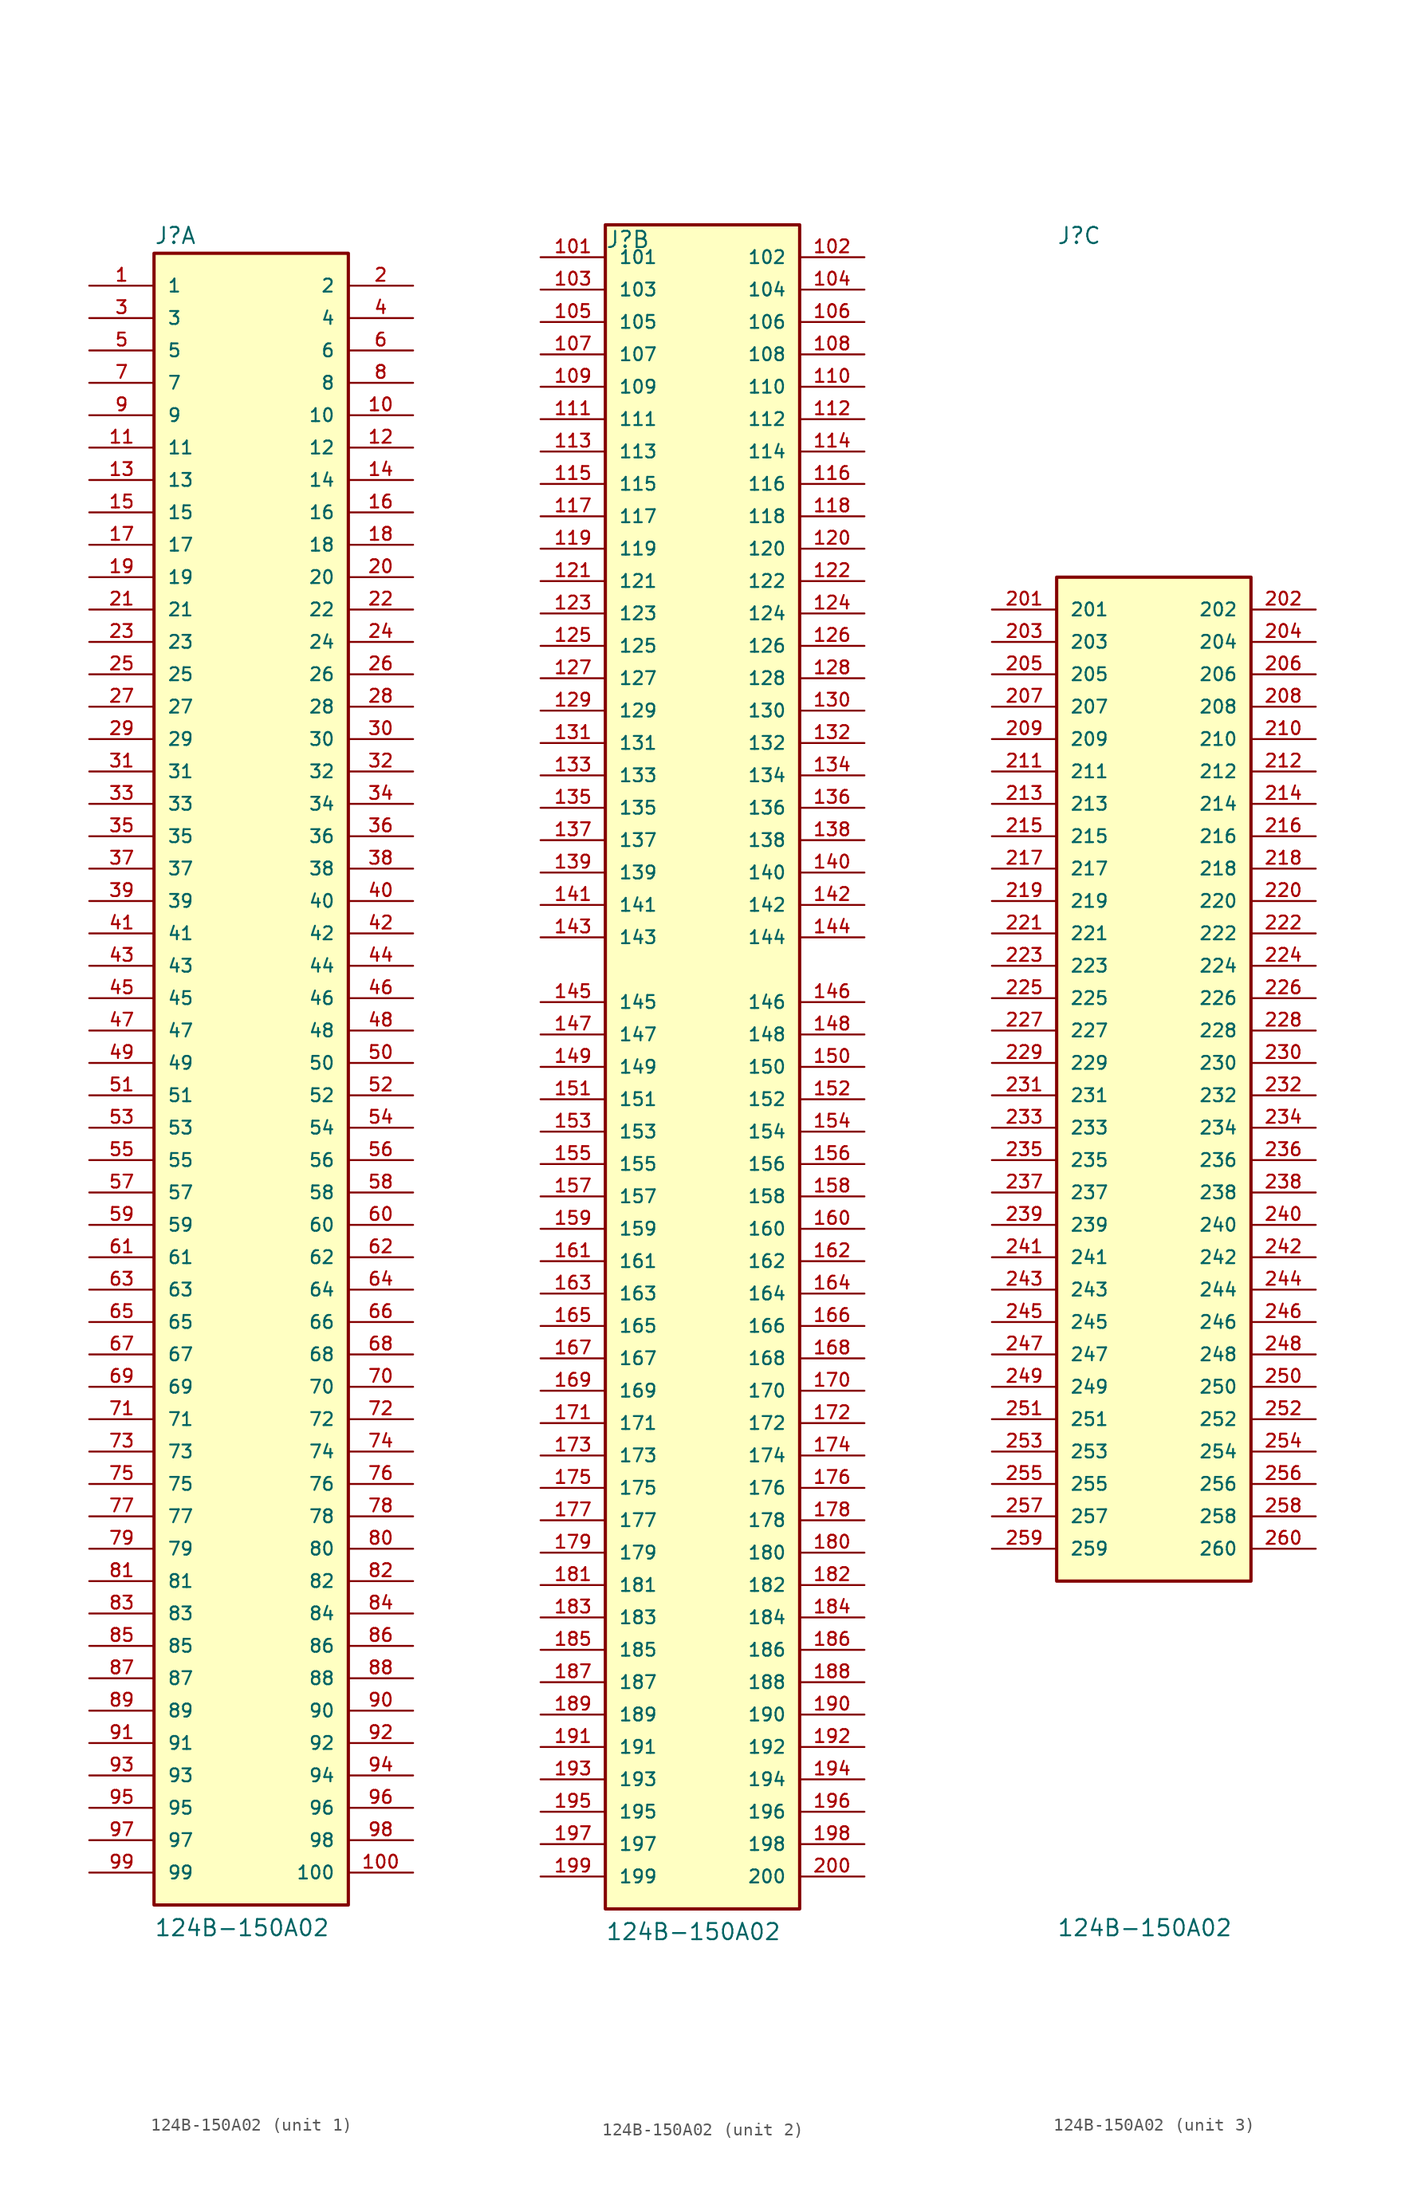
<source format=kicad_sym>
(kicad_symbol_lib
  (version 20211014)
  (generator kicad_symbol_editor)
  (symbol "124B-150A02"
    (pin_names
      (offset 1.016))
    (property "Reference" "J"
      (at -7.62 64.135 0)
      (effects (font (size 1.27 1.27)) (justify bottom left)))
    (property "Value" "124B-150A02"
      (at -7.62 -68.58 0)
      (effects (font (size 1.27 1.27)) (justify bottom left)))
    (symbol "124B-150A02_1_0"
      (rectangle (start -7.62 -66.04) (end 7.62 63.5) (stroke (width 0.254)) (fill (type background)))
      (pin passive line (at -12.7 60.96 0) (length 5.08) (name "1" (effects (font (size 1.016 1.016)))) (number "1" (effects (font (size 1.016 1.016)))))
      (pin passive line (at 12.7 60.96 180.0) (length 5.08) (name "2" (effects (font (size 1.016 1.016)))) (number "2" (effects (font (size 1.016 1.016)))))
      (pin passive line (at -12.7 58.42 0) (length 5.08) (name "3" (effects (font (size 1.016 1.016)))) (number "3" (effects (font (size 1.016 1.016)))))
      (pin passive line (at 12.7 58.42 180.0) (length 5.08) (name "4" (effects (font (size 1.016 1.016)))) (number "4" (effects (font (size 1.016 1.016)))))
      (pin passive line (at -12.7 55.88 0) (length 5.08) (name "5" (effects (font (size 1.016 1.016)))) (number "5" (effects (font (size 1.016 1.016)))))
      (pin passive line (at 12.7 55.88 180.0) (length 5.08) (name "6" (effects (font (size 1.016 1.016)))) (number "6" (effects (font (size 1.016 1.016)))))
      (pin passive line (at -12.7 53.34 0) (length 5.08) (name "7" (effects (font (size 1.016 1.016)))) (number "7" (effects (font (size 1.016 1.016)))))
      (pin passive line (at 12.7 53.34 180.0) (length 5.08) (name "8" (effects (font (size 1.016 1.016)))) (number "8" (effects (font (size 1.016 1.016)))))
      (pin passive line (at -12.7 50.8 0) (length 5.08) (name "9" (effects (font (size 1.016 1.016)))) (number "9" (effects (font (size 1.016 1.016)))))
      (pin passive line (at 12.7 50.8 180.0) (length 5.08) (name "10" (effects (font (size 1.016 1.016)))) (number "10" (effects (font (size 1.016 1.016)))))
      (pin passive line (at -12.7 48.26 0) (length 5.08) (name "11" (effects (font (size 1.016 1.016)))) (number "11" (effects (font (size 1.016 1.016)))))
      (pin passive line (at 12.7 48.26 180.0) (length 5.08) (name "12" (effects (font (size 1.016 1.016)))) (number "12" (effects (font (size 1.016 1.016)))))
      (pin passive line (at -12.7 45.72 0) (length 5.08) (name "13" (effects (font (size 1.016 1.016)))) (number "13" (effects (font (size 1.016 1.016)))))
      (pin passive line (at 12.7 45.72 180.0) (length 5.08) (name "14" (effects (font (size 1.016 1.016)))) (number "14" (effects (font (size 1.016 1.016)))))
      (pin passive line (at -12.7 43.18 0) (length 5.08) (name "15" (effects (font (size 1.016 1.016)))) (number "15" (effects (font (size 1.016 1.016)))))
      (pin passive line (at 12.7 43.18 180.0) (length 5.08) (name "16" (effects (font (size 1.016 1.016)))) (number "16" (effects (font (size 1.016 1.016)))))
      (pin passive line (at -12.7 40.64 0) (length 5.08) (name "17" (effects (font (size 1.016 1.016)))) (number "17" (effects (font (size 1.016 1.016)))))
      (pin passive line (at 12.7 40.64 180.0) (length 5.08) (name "18" (effects (font (size 1.016 1.016)))) (number "18" (effects (font (size 1.016 1.016)))))
      (pin passive line (at -12.7 38.1 0) (length 5.08) (name "19" (effects (font (size 1.016 1.016)))) (number "19" (effects (font (size 1.016 1.016)))))
      (pin passive line (at 12.7 38.1 180.0) (length 5.08) (name "20" (effects (font (size 1.016 1.016)))) (number "20" (effects (font (size 1.016 1.016)))))
      (pin passive line (at -12.7 35.56 0) (length 5.08) (name "21" (effects (font (size 1.016 1.016)))) (number "21" (effects (font (size 1.016 1.016)))))
      (pin passive line (at 12.7 35.56 180.0) (length 5.08) (name "22" (effects (font (size 1.016 1.016)))) (number "22" (effects (font (size 1.016 1.016)))))
      (pin passive line (at -12.7 33.02 0) (length 5.08) (name "23" (effects (font (size 1.016 1.016)))) (number "23" (effects (font (size 1.016 1.016)))))
      (pin passive line (at 12.7 33.02 180.0) (length 5.08) (name "24" (effects (font (size 1.016 1.016)))) (number "24" (effects (font (size 1.016 1.016)))))
      (pin passive line (at -12.7 30.48 0) (length 5.08) (name "25" (effects (font (size 1.016 1.016)))) (number "25" (effects (font (size 1.016 1.016)))))
      (pin passive line (at 12.7 30.48 180.0) (length 5.08) (name "26" (effects (font (size 1.016 1.016)))) (number "26" (effects (font (size 1.016 1.016)))))
      (pin passive line (at -12.7 27.94 0) (length 5.08) (name "27" (effects (font (size 1.016 1.016)))) (number "27" (effects (font (size 1.016 1.016)))))
      (pin passive line (at 12.7 27.94 180.0) (length 5.08) (name "28" (effects (font (size 1.016 1.016)))) (number "28" (effects (font (size 1.016 1.016)))))
      (pin passive line (at -12.7 25.4 0) (length 5.08) (name "29" (effects (font (size 1.016 1.016)))) (number "29" (effects (font (size 1.016 1.016)))))
      (pin passive line (at 12.7 25.4 180.0) (length 5.08) (name "30" (effects (font (size 1.016 1.016)))) (number "30" (effects (font (size 1.016 1.016)))))
      (pin passive line (at -12.7 22.86 0) (length 5.08) (name "31" (effects (font (size 1.016 1.016)))) (number "31" (effects (font (size 1.016 1.016)))))
      (pin passive line (at 12.7 22.86 180.0) (length 5.08) (name "32" (effects (font (size 1.016 1.016)))) (number "32" (effects (font (size 1.016 1.016)))))
      (pin passive line (at -12.7 20.32 0) (length 5.08) (name "33" (effects (font (size 1.016 1.016)))) (number "33" (effects (font (size 1.016 1.016)))))
      (pin passive line (at 12.7 20.32 180.0) (length 5.08) (name "34" (effects (font (size 1.016 1.016)))) (number "34" (effects (font (size 1.016 1.016)))))
      (pin passive line (at -12.7 17.78 0) (length 5.08) (name "35" (effects (font (size 1.016 1.016)))) (number "35" (effects (font (size 1.016 1.016)))))
      (pin passive line (at 12.7 17.78 180.0) (length 5.08) (name "36" (effects (font (size 1.016 1.016)))) (number "36" (effects (font (size 1.016 1.016)))))
      (pin passive line (at -12.7 15.24 0) (length 5.08) (name "37" (effects (font (size 1.016 1.016)))) (number "37" (effects (font (size 1.016 1.016)))))
      (pin passive line (at 12.7 15.24 180.0) (length 5.08) (name "38" (effects (font (size 1.016 1.016)))) (number "38" (effects (font (size 1.016 1.016)))))
      (pin passive line (at -12.7 12.7 0) (length 5.08) (name "39" (effects (font (size 1.016 1.016)))) (number "39" (effects (font (size 1.016 1.016)))))
      (pin passive line (at 12.7 12.7 180.0) (length 5.08) (name "40" (effects (font (size 1.016 1.016)))) (number "40" (effects (font (size 1.016 1.016)))))
      (pin passive line (at -12.7 10.16 0) (length 5.08) (name "41" (effects (font (size 1.016 1.016)))) (number "41" (effects (font (size 1.016 1.016)))))
      (pin passive line (at 12.7 10.16 180.0) (length 5.08) (name "42" (effects (font (size 1.016 1.016)))) (number "42" (effects (font (size 1.016 1.016)))))
      (pin passive line (at -12.7 7.62 0) (length 5.08) (name "43" (effects (font (size 1.016 1.016)))) (number "43" (effects (font (size 1.016 1.016)))))
      (pin passive line (at 12.7 7.62 180.0) (length 5.08) (name "44" (effects (font (size 1.016 1.016)))) (number "44" (effects (font (size 1.016 1.016)))))
      (pin passive line (at -12.7 5.08 0) (length 5.08) (name "45" (effects (font (size 1.016 1.016)))) (number "45" (effects (font (size 1.016 1.016)))))
      (pin passive line (at 12.7 5.08 180.0) (length 5.08) (name "46" (effects (font (size 1.016 1.016)))) (number "46" (effects (font (size 1.016 1.016)))))
      (pin passive line (at -12.7 2.54 0) (length 5.08) (name "47" (effects (font (size 1.016 1.016)))) (number "47" (effects (font (size 1.016 1.016)))))
      (pin passive line (at 12.7 2.54 180.0) (length 5.08) (name "48" (effects (font (size 1.016 1.016)))) (number "48" (effects (font (size 1.016 1.016)))))
      (pin passive line (at -12.7 0.0 0) (length 5.08) (name "49" (effects (font (size 1.016 1.016)))) (number "49" (effects (font (size 1.016 1.016)))))
      (pin passive line (at 12.7 0.0 180.0) (length 5.08) (name "50" (effects (font (size 1.016 1.016)))) (number "50" (effects (font (size 1.016 1.016)))))
      (pin passive line (at -12.7 -2.54 0) (length 5.08) (name "51" (effects (font (size 1.016 1.016)))) (number "51" (effects (font (size 1.016 1.016)))))
      (pin passive line (at 12.7 -2.54 180.0) (length 5.08) (name "52" (effects (font (size 1.016 1.016)))) (number "52" (effects (font (size 1.016 1.016)))))
      (pin passive line (at -12.7 -5.08 0) (length 5.08) (name "53" (effects (font (size 1.016 1.016)))) (number "53" (effects (font (size 1.016 1.016)))))
      (pin passive line (at 12.7 -5.08 180.0) (length 5.08) (name "54" (effects (font (size 1.016 1.016)))) (number "54" (effects (font (size 1.016 1.016)))))
      (pin passive line (at -12.7 -7.62 0) (length 5.08) (name "55" (effects (font (size 1.016 1.016)))) (number "55" (effects (font (size 1.016 1.016)))))
      (pin passive line (at 12.7 -7.62 180.0) (length 5.08) (name "56" (effects (font (size 1.016 1.016)))) (number "56" (effects (font (size 1.016 1.016)))))
      (pin passive line (at -12.7 -10.16 0) (length 5.08) (name "57" (effects (font (size 1.016 1.016)))) (number "57" (effects (font (size 1.016 1.016)))))
      (pin passive line (at 12.7 -10.16 180.0) (length 5.08) (name "58" (effects (font (size 1.016 1.016)))) (number "58" (effects (font (size 1.016 1.016)))))
      (pin passive line (at -12.7 -12.7 0) (length 5.08) (name "59" (effects (font (size 1.016 1.016)))) (number "59" (effects (font (size 1.016 1.016)))))
      (pin passive line (at 12.7 -12.7 180.0) (length 5.08) (name "60" (effects (font (size 1.016 1.016)))) (number "60" (effects (font (size 1.016 1.016)))))
      (pin passive line (at -12.7 -15.24 0) (length 5.08) (name "61" (effects (font (size 1.016 1.016)))) (number "61" (effects (font (size 1.016 1.016)))))
      (pin passive line (at 12.7 -15.24 180.0) (length 5.08) (name "62" (effects (font (size 1.016 1.016)))) (number "62" (effects (font (size 1.016 1.016)))))
      (pin passive line (at -12.7 -17.78 0) (length 5.08) (name "63" (effects (font (size 1.016 1.016)))) (number "63" (effects (font (size 1.016 1.016)))))
      (pin passive line (at 12.7 -17.78 180.0) (length 5.08) (name "64" (effects (font (size 1.016 1.016)))) (number "64" (effects (font (size 1.016 1.016)))))
      (pin passive line (at -12.7 -20.32 0) (length 5.08) (name "65" (effects (font (size 1.016 1.016)))) (number "65" (effects (font (size 1.016 1.016)))))
      (pin passive line (at 12.7 -20.32 180.0) (length 5.08) (name "66" (effects (font (size 1.016 1.016)))) (number "66" (effects (font (size 1.016 1.016)))))
      (pin passive line (at -12.7 -22.86 0) (length 5.08) (name "67" (effects (font (size 1.016 1.016)))) (number "67" (effects (font (size 1.016 1.016)))))
      (pin passive line (at 12.7 -22.86 180.0) (length 5.08) (name "68" (effects (font (size 1.016 1.016)))) (number "68" (effects (font (size 1.016 1.016)))))
      (pin passive line (at -12.7 -25.4 0) (length 5.08) (name "69" (effects (font (size 1.016 1.016)))) (number "69" (effects (font (size 1.016 1.016)))))
      (pin passive line (at 12.7 -25.4 180.0) (length 5.08) (name "70" (effects (font (size 1.016 1.016)))) (number "70" (effects (font (size 1.016 1.016)))))
      (pin passive line (at -12.7 -27.94 0) (length 5.08) (name "71" (effects (font (size 1.016 1.016)))) (number "71" (effects (font (size 1.016 1.016)))))
      (pin passive line (at 12.7 -27.94 180.0) (length 5.08) (name "72" (effects (font (size 1.016 1.016)))) (number "72" (effects (font (size 1.016 1.016)))))
      (pin passive line (at -12.7 -30.48 0) (length 5.08) (name "73" (effects (font (size 1.016 1.016)))) (number "73" (effects (font (size 1.016 1.016)))))
      (pin passive line (at 12.7 -30.48 180.0) (length 5.08) (name "74" (effects (font (size 1.016 1.016)))) (number "74" (effects (font (size 1.016 1.016)))))
      (pin passive line (at -12.7 -33.02 0) (length 5.08) (name "75" (effects (font (size 1.016 1.016)))) (number "75" (effects (font (size 1.016 1.016)))))
      (pin passive line (at 12.7 -33.02 180.0) (length 5.08) (name "76" (effects (font (size 1.016 1.016)))) (number "76" (effects (font (size 1.016 1.016)))))
      (pin passive line (at -12.7 -35.56 0) (length 5.08) (name "77" (effects (font (size 1.016 1.016)))) (number "77" (effects (font (size 1.016 1.016)))))
      (pin passive line (at 12.7 -35.56 180.0) (length 5.08) (name "78" (effects (font (size 1.016 1.016)))) (number "78" (effects (font (size 1.016 1.016)))))
      (pin passive line (at -12.7 -38.1 0) (length 5.08) (name "79" (effects (font (size 1.016 1.016)))) (number "79" (effects (font (size 1.016 1.016)))))
      (pin passive line (at 12.7 -38.1 180.0) (length 5.08) (name "80" (effects (font (size 1.016 1.016)))) (number "80" (effects (font (size 1.016 1.016)))))
      (pin passive line (at -12.7 -40.64 0) (length 5.08) (name "81" (effects (font (size 1.016 1.016)))) (number "81" (effects (font (size 1.016 1.016)))))
      (pin passive line (at 12.7 -40.64 180.0) (length 5.08) (name "82" (effects (font (size 1.016 1.016)))) (number "82" (effects (font (size 1.016 1.016)))))
      (pin passive line (at -12.7 -43.18 0) (length 5.08) (name "83" (effects (font (size 1.016 1.016)))) (number "83" (effects (font (size 1.016 1.016)))))
      (pin passive line (at 12.7 -43.18 180.0) (length 5.08) (name "84" (effects (font (size 1.016 1.016)))) (number "84" (effects (font (size 1.016 1.016)))))
      (pin passive line (at -12.7 -45.72 0) (length 5.08) (name "85" (effects (font (size 1.016 1.016)))) (number "85" (effects (font (size 1.016 1.016)))))
      (pin passive line (at 12.7 -45.72 180.0) (length 5.08) (name "86" (effects (font (size 1.016 1.016)))) (number "86" (effects (font (size 1.016 1.016)))))
      (pin passive line (at -12.7 -48.26 0) (length 5.08) (name "87" (effects (font (size 1.016 1.016)))) (number "87" (effects (font (size 1.016 1.016)))))
      (pin passive line (at 12.7 -48.26 180.0) (length 5.08) (name "88" (effects (font (size 1.016 1.016)))) (number "88" (effects (font (size 1.016 1.016)))))
      (pin passive line (at -12.7 -50.8 0) (length 5.08) (name "89" (effects (font (size 1.016 1.016)))) (number "89" (effects (font (size 1.016 1.016)))))
      (pin passive line (at 12.7 -50.8 180.0) (length 5.08) (name "90" (effects (font (size 1.016 1.016)))) (number "90" (effects (font (size 1.016 1.016)))))
      (pin passive line (at -12.7 -53.34 0) (length 5.08) (name "91" (effects (font (size 1.016 1.016)))) (number "91" (effects (font (size 1.016 1.016)))))
      (pin passive line (at 12.7 -53.34 180.0) (length 5.08) (name "92" (effects (font (size 1.016 1.016)))) (number "92" (effects (font (size 1.016 1.016)))))
      (pin passive line (at -12.7 -55.88 0) (length 5.08) (name "93" (effects (font (size 1.016 1.016)))) (number "93" (effects (font (size 1.016 1.016)))))
      (pin passive line (at 12.7 -55.88 180.0) (length 5.08) (name "94" (effects (font (size 1.016 1.016)))) (number "94" (effects (font (size 1.016 1.016)))))
      (pin passive line (at -12.7 -58.42 0) (length 5.08) (name "95" (effects (font (size 1.016 1.016)))) (number "95" (effects (font (size 1.016 1.016)))))
      (pin passive line (at 12.7 -58.42 180.0) (length 5.08) (name "96" (effects (font (size 1.016 1.016)))) (number "96" (effects (font (size 1.016 1.016)))))
      (pin passive line (at -12.7 -60.96 0) (length 5.08) (name "97" (effects (font (size 1.016 1.016)))) (number "97" (effects (font (size 1.016 1.016)))))
      (pin passive line (at 12.7 -60.96 180.0) (length 5.08) (name "98" (effects (font (size 1.016 1.016)))) (number "98" (effects (font (size 1.016 1.016)))))
      (pin passive line (at -12.7 -63.5 0) (length 5.08) (name "99" (effects (font (size 1.016 1.016)))) (number "99" (effects (font (size 1.016 1.016)))))
      (pin passive line (at 12.7 -63.5 180.0) (length 5.08) (name "100" (effects (font (size 1.016 1.016)))) (number "100" (effects (font (size 1.016 1.016))))))
    (symbol "124B-150A02_2_0"
      (rectangle (start -7.62 -66.04) (end 7.62 66.04) (stroke (width 0.254)) (fill (type background)))
      (pin passive line (at -12.7 63.5 0) (length 5.08) (name "101" (effects (font (size 1.016 1.016)))) (number "101" (effects (font (size 1.016 1.016)))))
      (pin passive line (at 12.7 63.5 180.0) (length 5.08) (name "102" (effects (font (size 1.016 1.016)))) (number "102" (effects (font (size 1.016 1.016)))))
      (pin passive line (at -12.7 60.96 0) (length 5.08) (name "103" (effects (font (size 1.016 1.016)))) (number "103" (effects (font (size 1.016 1.016)))))
      (pin passive line (at 12.7 60.96 180.0) (length 5.08) (name "104" (effects (font (size 1.016 1.016)))) (number "104" (effects (font (size 1.016 1.016)))))
      (pin passive line (at -12.7 58.42 0) (length 5.08) (name "105" (effects (font (size 1.016 1.016)))) (number "105" (effects (font (size 1.016 1.016)))))
      (pin passive line (at 12.7 58.42 180.0) (length 5.08) (name "106" (effects (font (size 1.016 1.016)))) (number "106" (effects (font (size 1.016 1.016)))))
      (pin passive line (at -12.7 55.88 0) (length 5.08) (name "107" (effects (font (size 1.016 1.016)))) (number "107" (effects (font (size 1.016 1.016)))))
      (pin passive line (at 12.7 55.88 180.0) (length 5.08) (name "108" (effects (font (size 1.016 1.016)))) (number "108" (effects (font (size 1.016 1.016)))))
      (pin passive line (at -12.7 53.34 0) (length 5.08) (name "109" (effects (font (size 1.016 1.016)))) (number "109" (effects (font (size 1.016 1.016)))))
      (pin passive line (at 12.7 53.34 180.0) (length 5.08) (name "110" (effects (font (size 1.016 1.016)))) (number "110" (effects (font (size 1.016 1.016)))))
      (pin passive line (at -12.7 50.8 0) (length 5.08) (name "111" (effects (font (size 1.016 1.016)))) (number "111" (effects (font (size 1.016 1.016)))))
      (pin passive line (at 12.7 50.8 180.0) (length 5.08) (name "112" (effects (font (size 1.016 1.016)))) (number "112" (effects (font (size 1.016 1.016)))))
      (pin passive line (at -12.7 48.26 0) (length 5.08) (name "113" (effects (font (size 1.016 1.016)))) (number "113" (effects (font (size 1.016 1.016)))))
      (pin passive line (at 12.7 48.26 180.0) (length 5.08) (name "114" (effects (font (size 1.016 1.016)))) (number "114" (effects (font (size 1.016 1.016)))))
      (pin passive line (at -12.7 45.72 0) (length 5.08) (name "115" (effects (font (size 1.016 1.016)))) (number "115" (effects (font (size 1.016 1.016)))))
      (pin passive line (at 12.7 45.72 180.0) (length 5.08) (name "116" (effects (font (size 1.016 1.016)))) (number "116" (effects (font (size 1.016 1.016)))))
      (pin passive line (at -12.7 43.18 0) (length 5.08) (name "117" (effects (font (size 1.016 1.016)))) (number "117" (effects (font (size 1.016 1.016)))))
      (pin passive line (at 12.7 43.18 180.0) (length 5.08) (name "118" (effects (font (size 1.016 1.016)))) (number "118" (effects (font (size 1.016 1.016)))))
      (pin passive line (at -12.7 40.64 0) (length 5.08) (name "119" (effects (font (size 1.016 1.016)))) (number "119" (effects (font (size 1.016 1.016)))))
      (pin passive line (at 12.7 40.64 180.0) (length 5.08) (name "120" (effects (font (size 1.016 1.016)))) (number "120" (effects (font (size 1.016 1.016)))))
      (pin passive line (at -12.7 38.1 0) (length 5.08) (name "121" (effects (font (size 1.016 1.016)))) (number "121" (effects (font (size 1.016 1.016)))))
      (pin passive line (at 12.7 38.1 180.0) (length 5.08) (name "122" (effects (font (size 1.016 1.016)))) (number "122" (effects (font (size 1.016 1.016)))))
      (pin passive line (at -12.7 35.56 0) (length 5.08) (name "123" (effects (font (size 1.016 1.016)))) (number "123" (effects (font (size 1.016 1.016)))))
      (pin passive line (at 12.7 35.56 180.0) (length 5.08) (name "124" (effects (font (size 1.016 1.016)))) (number "124" (effects (font (size 1.016 1.016)))))
      (pin passive line (at -12.7 33.02 0) (length 5.08) (name "125" (effects (font (size 1.016 1.016)))) (number "125" (effects (font (size 1.016 1.016)))))
      (pin passive line (at 12.7 33.02 180.0) (length 5.08) (name "126" (effects (font (size 1.016 1.016)))) (number "126" (effects (font (size 1.016 1.016)))))
      (pin passive line (at -12.7 30.48 0) (length 5.08) (name "127" (effects (font (size 1.016 1.016)))) (number "127" (effects (font (size 1.016 1.016)))))
      (pin passive line (at 12.7 30.48 180.0) (length 5.08) (name "128" (effects (font (size 1.016 1.016)))) (number "128" (effects (font (size 1.016 1.016)))))
      (pin passive line (at -12.7 27.94 0) (length 5.08) (name "129" (effects (font (size 1.016 1.016)))) (number "129" (effects (font (size 1.016 1.016)))))
      (pin passive line (at 12.7 27.94 180.0) (length 5.08) (name "130" (effects (font (size 1.016 1.016)))) (number "130" (effects (font (size 1.016 1.016)))))
      (pin passive line (at -12.7 25.4 0) (length 5.08) (name "131" (effects (font (size 1.016 1.016)))) (number "131" (effects (font (size 1.016 1.016)))))
      (pin passive line (at 12.7 25.4 180.0) (length 5.08) (name "132" (effects (font (size 1.016 1.016)))) (number "132" (effects (font (size 1.016 1.016)))))
      (pin passive line (at -12.7 22.86 0) (length 5.08) (name "133" (effects (font (size 1.016 1.016)))) (number "133" (effects (font (size 1.016 1.016)))))
      (pin passive line (at 12.7 22.86 180.0) (length 5.08) (name "134" (effects (font (size 1.016 1.016)))) (number "134" (effects (font (size 1.016 1.016)))))
      (pin passive line (at -12.7 20.32 0) (length 5.08) (name "135" (effects (font (size 1.016 1.016)))) (number "135" (effects (font (size 1.016 1.016)))))
      (pin passive line (at 12.7 20.32 180.0) (length 5.08) (name "136" (effects (font (size 1.016 1.016)))) (number "136" (effects (font (size 1.016 1.016)))))
      (pin passive line (at -12.7 17.78 0) (length 5.08) (name "137" (effects (font (size 1.016 1.016)))) (number "137" (effects (font (size 1.016 1.016)))))
      (pin passive line (at 12.7 17.78 180.0) (length 5.08) (name "138" (effects (font (size 1.016 1.016)))) (number "138" (effects (font (size 1.016 1.016)))))
      (pin passive line (at -12.7 15.24 0) (length 5.08) (name "139" (effects (font (size 1.016 1.016)))) (number "139" (effects (font (size 1.016 1.016)))))
      (pin passive line (at 12.7 15.24 180.0) (length 5.08) (name "140" (effects (font (size 1.016 1.016)))) (number "140" (effects (font (size 1.016 1.016)))))
      (pin passive line (at -12.7 12.7 0) (length 5.08) (name "141" (effects (font (size 1.016 1.016)))) (number "141" (effects (font (size 1.016 1.016)))))
      (pin passive line (at 12.7 12.7 180.0) (length 5.08) (name "142" (effects (font (size 1.016 1.016)))) (number "142" (effects (font (size 1.016 1.016)))))
      (pin passive line (at -12.7 10.16 0) (length 5.08) (name "143" (effects (font (size 1.016 1.016)))) (number "143" (effects (font (size 1.016 1.016)))))
      (pin passive line (at 12.7 10.16 180.0) (length 5.08) (name "144" (effects (font (size 1.016 1.016)))) (number "144" (effects (font (size 1.016 1.016)))))
      (pin passive line (at -12.7 5.08 0) (length 5.08) (name "145" (effects (font (size 1.016 1.016)))) (number "145" (effects (font (size 1.016 1.016)))))
      (pin passive line (at 12.7 5.08 180.0) (length 5.08) (name "146" (effects (font (size 1.016 1.016)))) (number "146" (effects (font (size 1.016 1.016)))))
      (pin passive line (at -12.7 2.54 0) (length 5.08) (name "147" (effects (font (size 1.016 1.016)))) (number "147" (effects (font (size 1.016 1.016)))))
      (pin passive line (at 12.7 2.54 180.0) (length 5.08) (name "148" (effects (font (size 1.016 1.016)))) (number "148" (effects (font (size 1.016 1.016)))))
      (pin passive line (at -12.7 0.0 0) (length 5.08) (name "149" (effects (font (size 1.016 1.016)))) (number "149" (effects (font (size 1.016 1.016)))))
      (pin passive line (at 12.7 0.0 180.0) (length 5.08) (name "150" (effects (font (size 1.016 1.016)))) (number "150" (effects (font (size 1.016 1.016)))))
      (pin passive line (at -12.7 -2.54 0) (length 5.08) (name "151" (effects (font (size 1.016 1.016)))) (number "151" (effects (font (size 1.016 1.016)))))
      (pin passive line (at 12.7 -2.54 180.0) (length 5.08) (name "152" (effects (font (size 1.016 1.016)))) (number "152" (effects (font (size 1.016 1.016)))))
      (pin passive line (at -12.7 -5.08 0) (length 5.08) (name "153" (effects (font (size 1.016 1.016)))) (number "153" (effects (font (size 1.016 1.016)))))
      (pin passive line (at 12.7 -5.08 180.0) (length 5.08) (name "154" (effects (font (size 1.016 1.016)))) (number "154" (effects (font (size 1.016 1.016)))))
      (pin passive line (at -12.7 -7.62 0) (length 5.08) (name "155" (effects (font (size 1.016 1.016)))) (number "155" (effects (font (size 1.016 1.016)))))
      (pin passive line (at 12.7 -7.62 180.0) (length 5.08) (name "156" (effects (font (size 1.016 1.016)))) (number "156" (effects (font (size 1.016 1.016)))))
      (pin passive line (at -12.7 -10.16 0) (length 5.08) (name "157" (effects (font (size 1.016 1.016)))) (number "157" (effects (font (size 1.016 1.016)))))
      (pin passive line (at 12.7 -10.16 180.0) (length 5.08) (name "158" (effects (font (size 1.016 1.016)))) (number "158" (effects (font (size 1.016 1.016)))))
      (pin passive line (at -12.7 -12.7 0) (length 5.08) (name "159" (effects (font (size 1.016 1.016)))) (number "159" (effects (font (size 1.016 1.016)))))
      (pin passive line (at 12.7 -12.7 180.0) (length 5.08) (name "160" (effects (font (size 1.016 1.016)))) (number "160" (effects (font (size 1.016 1.016)))))
      (pin passive line (at -12.7 -15.24 0) (length 5.08) (name "161" (effects (font (size 1.016 1.016)))) (number "161" (effects (font (size 1.016 1.016)))))
      (pin passive line (at 12.7 -15.24 180.0) (length 5.08) (name "162" (effects (font (size 1.016 1.016)))) (number "162" (effects (font (size 1.016 1.016)))))
      (pin passive line (at -12.7 -17.78 0) (length 5.08) (name "163" (effects (font (size 1.016 1.016)))) (number "163" (effects (font (size 1.016 1.016)))))
      (pin passive line (at 12.7 -17.78 180.0) (length 5.08) (name "164" (effects (font (size 1.016 1.016)))) (number "164" (effects (font (size 1.016 1.016)))))
      (pin passive line (at -12.7 -20.32 0) (length 5.08) (name "165" (effects (font (size 1.016 1.016)))) (number "165" (effects (font (size 1.016 1.016)))))
      (pin passive line (at 12.7 -20.32 180.0) (length 5.08) (name "166" (effects (font (size 1.016 1.016)))) (number "166" (effects (font (size 1.016 1.016)))))
      (pin passive line (at -12.7 -22.86 0) (length 5.08) (name "167" (effects (font (size 1.016 1.016)))) (number "167" (effects (font (size 1.016 1.016)))))
      (pin passive line (at 12.7 -22.86 180.0) (length 5.08) (name "168" (effects (font (size 1.016 1.016)))) (number "168" (effects (font (size 1.016 1.016)))))
      (pin passive line (at -12.7 -25.4 0) (length 5.08) (name "169" (effects (font (size 1.016 1.016)))) (number "169" (effects (font (size 1.016 1.016)))))
      (pin passive line (at 12.7 -25.4 180.0) (length 5.08) (name "170" (effects (font (size 1.016 1.016)))) (number "170" (effects (font (size 1.016 1.016)))))
      (pin passive line (at -12.7 -27.94 0) (length 5.08) (name "171" (effects (font (size 1.016 1.016)))) (number "171" (effects (font (size 1.016 1.016)))))
      (pin passive line (at 12.7 -27.94 180.0) (length 5.08) (name "172" (effects (font (size 1.016 1.016)))) (number "172" (effects (font (size 1.016 1.016)))))
      (pin passive line (at -12.7 -30.48 0) (length 5.08) (name "173" (effects (font (size 1.016 1.016)))) (number "173" (effects (font (size 1.016 1.016)))))
      (pin passive line (at 12.7 -30.48 180.0) (length 5.08) (name "174" (effects (font (size 1.016 1.016)))) (number "174" (effects (font (size 1.016 1.016)))))
      (pin passive line (at -12.7 -33.02 0) (length 5.08) (name "175" (effects (font (size 1.016 1.016)))) (number "175" (effects (font (size 1.016 1.016)))))
      (pin passive line (at 12.7 -33.02 180.0) (length 5.08) (name "176" (effects (font (size 1.016 1.016)))) (number "176" (effects (font (size 1.016 1.016)))))
      (pin passive line (at -12.7 -35.56 0) (length 5.08) (name "177" (effects (font (size 1.016 1.016)))) (number "177" (effects (font (size 1.016 1.016)))))
      (pin passive line (at 12.7 -35.56 180.0) (length 5.08) (name "178" (effects (font (size 1.016 1.016)))) (number "178" (effects (font (size 1.016 1.016)))))
      (pin passive line (at -12.7 -38.1 0) (length 5.08) (name "179" (effects (font (size 1.016 1.016)))) (number "179" (effects (font (size 1.016 1.016)))))
      (pin passive line (at 12.7 -38.1 180.0) (length 5.08) (name "180" (effects (font (size 1.016 1.016)))) (number "180" (effects (font (size 1.016 1.016)))))
      (pin passive line (at -12.7 -40.64 0) (length 5.08) (name "181" (effects (font (size 1.016 1.016)))) (number "181" (effects (font (size 1.016 1.016)))))
      (pin passive line (at 12.7 -40.64 180.0) (length 5.08) (name "182" (effects (font (size 1.016 1.016)))) (number "182" (effects (font (size 1.016 1.016)))))
      (pin passive line (at -12.7 -43.18 0) (length 5.08) (name "183" (effects (font (size 1.016 1.016)))) (number "183" (effects (font (size 1.016 1.016)))))
      (pin passive line (at 12.7 -43.18 180.0) (length 5.08) (name "184" (effects (font (size 1.016 1.016)))) (number "184" (effects (font (size 1.016 1.016)))))
      (pin passive line (at -12.7 -45.72 0) (length 5.08) (name "185" (effects (font (size 1.016 1.016)))) (number "185" (effects (font (size 1.016 1.016)))))
      (pin passive line (at 12.7 -45.72 180.0) (length 5.08) (name "186" (effects (font (size 1.016 1.016)))) (number "186" (effects (font (size 1.016 1.016)))))
      (pin passive line (at -12.7 -48.26 0) (length 5.08) (name "187" (effects (font (size 1.016 1.016)))) (number "187" (effects (font (size 1.016 1.016)))))
      (pin passive line (at 12.7 -48.26 180.0) (length 5.08) (name "188" (effects (font (size 1.016 1.016)))) (number "188" (effects (font (size 1.016 1.016)))))
      (pin passive line (at -12.7 -50.8 0) (length 5.08) (name "189" (effects (font (size 1.016 1.016)))) (number "189" (effects (font (size 1.016 1.016)))))
      (pin passive line (at 12.7 -50.8 180.0) (length 5.08) (name "190" (effects (font (size 1.016 1.016)))) (number "190" (effects (font (size 1.016 1.016)))))
      (pin passive line (at -12.7 -53.34 0) (length 5.08) (name "191" (effects (font (size 1.016 1.016)))) (number "191" (effects (font (size 1.016 1.016)))))
      (pin passive line (at 12.7 -53.34 180.0) (length 5.08) (name "192" (effects (font (size 1.016 1.016)))) (number "192" (effects (font (size 1.016 1.016)))))
      (pin passive line (at -12.7 -55.88 0) (length 5.08) (name "193" (effects (font (size 1.016 1.016)))) (number "193" (effects (font (size 1.016 1.016)))))
      (pin passive line (at 12.7 -55.88 180.0) (length 5.08) (name "194" (effects (font (size 1.016 1.016)))) (number "194" (effects (font (size 1.016 1.016)))))
      (pin passive line (at -12.7 -58.42 0) (length 5.08) (name "195" (effects (font (size 1.016 1.016)))) (number "195" (effects (font (size 1.016 1.016)))))
      (pin passive line (at 12.7 -58.42 180.0) (length 5.08) (name "196" (effects (font (size 1.016 1.016)))) (number "196" (effects (font (size 1.016 1.016)))))
      (pin passive line (at -12.7 -60.96 0) (length 5.08) (name "197" (effects (font (size 1.016 1.016)))) (number "197" (effects (font (size 1.016 1.016)))))
      (pin passive line (at 12.7 -60.96 180.0) (length 5.08) (name "198" (effects (font (size 1.016 1.016)))) (number "198" (effects (font (size 1.016 1.016)))))
      (pin passive line (at -12.7 -63.5 0) (length 5.08) (name "199" (effects (font (size 1.016 1.016)))) (number "199" (effects (font (size 1.016 1.016)))))
      (pin passive line (at 12.7 -63.5 180.0) (length 5.08) (name "200" (effects (font (size 1.016 1.016)))) (number "200" (effects (font (size 1.016 1.016))))))
    (symbol "124B-150A02_3_0"
      (rectangle (start -7.62 -40.64) (end 7.62 38.1) (stroke (width 0.254)) (fill (type background)))
      (pin passive line (at -12.7 35.56 0) (length 5.08) (name "201" (effects (font (size 1.016 1.016)))) (number "201" (effects (font (size 1.016 1.016)))))
      (pin passive line (at 12.7 35.56 180.0) (length 5.08) (name "202" (effects (font (size 1.016 1.016)))) (number "202" (effects (font (size 1.016 1.016)))))
      (pin passive line (at -12.7 33.02 0) (length 5.08) (name "203" (effects (font (size 1.016 1.016)))) (number "203" (effects (font (size 1.016 1.016)))))
      (pin passive line (at 12.7 33.02 180.0) (length 5.08) (name "204" (effects (font (size 1.016 1.016)))) (number "204" (effects (font (size 1.016 1.016)))))
      (pin passive line (at -12.7 30.48 0) (length 5.08) (name "205" (effects (font (size 1.016 1.016)))) (number "205" (effects (font (size 1.016 1.016)))))
      (pin passive line (at 12.7 30.48 180.0) (length 5.08) (name "206" (effects (font (size 1.016 1.016)))) (number "206" (effects (font (size 1.016 1.016)))))
      (pin passive line (at -12.7 27.94 0) (length 5.08) (name "207" (effects (font (size 1.016 1.016)))) (number "207" (effects (font (size 1.016 1.016)))))
      (pin passive line (at 12.7 27.94 180.0) (length 5.08) (name "208" (effects (font (size 1.016 1.016)))) (number "208" (effects (font (size 1.016 1.016)))))
      (pin passive line (at -12.7 25.4 0) (length 5.08) (name "209" (effects (font (size 1.016 1.016)))) (number "209" (effects (font (size 1.016 1.016)))))
      (pin passive line (at 12.7 25.4 180.0) (length 5.08) (name "210" (effects (font (size 1.016 1.016)))) (number "210" (effects (font (size 1.016 1.016)))))
      (pin passive line (at -12.7 22.86 0) (length 5.08) (name "211" (effects (font (size 1.016 1.016)))) (number "211" (effects (font (size 1.016 1.016)))))
      (pin passive line (at 12.7 22.86 180.0) (length 5.08) (name "212" (effects (font (size 1.016 1.016)))) (number "212" (effects (font (size 1.016 1.016)))))
      (pin passive line (at -12.7 20.32 0) (length 5.08) (name "213" (effects (font (size 1.016 1.016)))) (number "213" (effects (font (size 1.016 1.016)))))
      (pin passive line (at 12.7 20.32 180.0) (length 5.08) (name "214" (effects (font (size 1.016 1.016)))) (number "214" (effects (font (size 1.016 1.016)))))
      (pin passive line (at -12.7 17.78 0) (length 5.08) (name "215" (effects (font (size 1.016 1.016)))) (number "215" (effects (font (size 1.016 1.016)))))
      (pin passive line (at 12.7 17.78 180.0) (length 5.08) (name "216" (effects (font (size 1.016 1.016)))) (number "216" (effects (font (size 1.016 1.016)))))
      (pin passive line (at -12.7 15.24 0) (length 5.08) (name "217" (effects (font (size 1.016 1.016)))) (number "217" (effects (font (size 1.016 1.016)))))
      (pin passive line (at 12.7 15.24 180.0) (length 5.08) (name "218" (effects (font (size 1.016 1.016)))) (number "218" (effects (font (size 1.016 1.016)))))
      (pin passive line (at -12.7 12.7 0) (length 5.08) (name "219" (effects (font (size 1.016 1.016)))) (number "219" (effects (font (size 1.016 1.016)))))
      (pin passive line (at 12.7 12.7 180.0) (length 5.08) (name "220" (effects (font (size 1.016 1.016)))) (number "220" (effects (font (size 1.016 1.016)))))
      (pin passive line (at -12.7 10.16 0) (length 5.08) (name "221" (effects (font (size 1.016 1.016)))) (number "221" (effects (font (size 1.016 1.016)))))
      (pin passive line (at 12.7 10.16 180.0) (length 5.08) (name "222" (effects (font (size 1.016 1.016)))) (number "222" (effects (font (size 1.016 1.016)))))
      (pin passive line (at -12.7 7.62 0) (length 5.08) (name "223" (effects (font (size 1.016 1.016)))) (number "223" (effects (font (size 1.016 1.016)))))
      (pin passive line (at 12.7 7.62 180.0) (length 5.08) (name "224" (effects (font (size 1.016 1.016)))) (number "224" (effects (font (size 1.016 1.016)))))
      (pin passive line (at -12.7 5.08 0) (length 5.08) (name "225" (effects (font (size 1.016 1.016)))) (number "225" (effects (font (size 1.016 1.016)))))
      (pin passive line (at 12.7 5.08 180.0) (length 5.08) (name "226" (effects (font (size 1.016 1.016)))) (number "226" (effects (font (size 1.016 1.016)))))
      (pin passive line (at -12.7 2.54 0) (length 5.08) (name "227" (effects (font (size 1.016 1.016)))) (number "227" (effects (font (size 1.016 1.016)))))
      (pin passive line (at 12.7 2.54 180.0) (length 5.08) (name "228" (effects (font (size 1.016 1.016)))) (number "228" (effects (font (size 1.016 1.016)))))
      (pin passive line (at -12.7 0.0 0) (length 5.08) (name "229" (effects (font (size 1.016 1.016)))) (number "229" (effects (font (size 1.016 1.016)))))
      (pin passive line (at 12.7 0.0 180.0) (length 5.08) (name "230" (effects (font (size 1.016 1.016)))) (number "230" (effects (font (size 1.016 1.016)))))
      (pin passive line (at -12.7 -2.54 0) (length 5.08) (name "231" (effects (font (size 1.016 1.016)))) (number "231" (effects (font (size 1.016 1.016)))))
      (pin passive line (at 12.7 -2.54 180.0) (length 5.08) (name "232" (effects (font (size 1.016 1.016)))) (number "232" (effects (font (size 1.016 1.016)))))
      (pin passive line (at -12.7 -5.08 0) (length 5.08) (name "233" (effects (font (size 1.016 1.016)))) (number "233" (effects (font (size 1.016 1.016)))))
      (pin passive line (at 12.7 -5.08 180.0) (length 5.08) (name "234" (effects (font (size 1.016 1.016)))) (number "234" (effects (font (size 1.016 1.016)))))
      (pin passive line (at -12.7 -7.62 0) (length 5.08) (name "235" (effects (font (size 1.016 1.016)))) (number "235" (effects (font (size 1.016 1.016)))))
      (pin passive line (at 12.7 -7.62 180.0) (length 5.08) (name "236" (effects (font (size 1.016 1.016)))) (number "236" (effects (font (size 1.016 1.016)))))
      (pin passive line (at -12.7 -10.16 0) (length 5.08) (name "237" (effects (font (size 1.016 1.016)))) (number "237" (effects (font (size 1.016 1.016)))))
      (pin passive line (at 12.7 -10.16 180.0) (length 5.08) (name "238" (effects (font (size 1.016 1.016)))) (number "238" (effects (font (size 1.016 1.016)))))
      (pin passive line (at -12.7 -12.7 0) (length 5.08) (name "239" (effects (font (size 1.016 1.016)))) (number "239" (effects (font (size 1.016 1.016)))))
      (pin passive line (at 12.7 -12.7 180.0) (length 5.08) (name "240" (effects (font (size 1.016 1.016)))) (number "240" (effects (font (size 1.016 1.016)))))
      (pin passive line (at -12.7 -15.24 0) (length 5.08) (name "241" (effects (font (size 1.016 1.016)))) (number "241" (effects (font (size 1.016 1.016)))))
      (pin passive line (at 12.7 -15.24 180.0) (length 5.08) (name "242" (effects (font (size 1.016 1.016)))) (number "242" (effects (font (size 1.016 1.016)))))
      (pin passive line (at -12.7 -17.78 0) (length 5.08) (name "243" (effects (font (size 1.016 1.016)))) (number "243" (effects (font (size 1.016 1.016)))))
      (pin passive line (at 12.7 -17.78 180.0) (length 5.08) (name "244" (effects (font (size 1.016 1.016)))) (number "244" (effects (font (size 1.016 1.016)))))
      (pin passive line (at -12.7 -20.32 0) (length 5.08) (name "245" (effects (font (size 1.016 1.016)))) (number "245" (effects (font (size 1.016 1.016)))))
      (pin passive line (at 12.7 -20.32 180.0) (length 5.08) (name "246" (effects (font (size 1.016 1.016)))) (number "246" (effects (font (size 1.016 1.016)))))
      (pin passive line (at -12.7 -22.86 0) (length 5.08) (name "247" (effects (font (size 1.016 1.016)))) (number "247" (effects (font (size 1.016 1.016)))))
      (pin passive line (at 12.7 -22.86 180.0) (length 5.08) (name "248" (effects (font (size 1.016 1.016)))) (number "248" (effects (font (size 1.016 1.016)))))
      (pin passive line (at -12.7 -25.4 0) (length 5.08) (name "249" (effects (font (size 1.016 1.016)))) (number "249" (effects (font (size 1.016 1.016)))))
      (pin passive line (at 12.7 -25.4 180.0) (length 5.08) (name "250" (effects (font (size 1.016 1.016)))) (number "250" (effects (font (size 1.016 1.016)))))
      (pin passive line (at -12.7 -27.94 0) (length 5.08) (name "251" (effects (font (size 1.016 1.016)))) (number "251" (effects (font (size 1.016 1.016)))))
      (pin passive line (at 12.7 -27.94 180.0) (length 5.08) (name "252" (effects (font (size 1.016 1.016)))) (number "252" (effects (font (size 1.016 1.016)))))
      (pin passive line (at -12.7 -30.48 0) (length 5.08) (name "253" (effects (font (size 1.016 1.016)))) (number "253" (effects (font (size 1.016 1.016)))))
      (pin passive line (at 12.7 -30.48 180.0) (length 5.08) (name "254" (effects (font (size 1.016 1.016)))) (number "254" (effects (font (size 1.016 1.016)))))
      (pin passive line (at -12.7 -33.02 0) (length 5.08) (name "255" (effects (font (size 1.016 1.016)))) (number "255" (effects (font (size 1.016 1.016)))))
      (pin passive line (at 12.7 -33.02 180.0) (length 5.08) (name "256" (effects (font (size 1.016 1.016)))) (number "256" (effects (font (size 1.016 1.016)))))
      (pin passive line (at -12.7 -35.56 0) (length 5.08) (name "257" (effects (font (size 1.016 1.016)))) (number "257" (effects (font (size 1.016 1.016)))))
      (pin passive line (at 12.7 -35.56 180.0) (length 5.08) (name "258" (effects (font (size 1.016 1.016)))) (number "258" (effects (font (size 1.016 1.016)))))
      (pin passive line (at -12.7 -38.1 0) (length 5.08) (name "259" (effects (font (size 1.016 1.016)))) (number "259" (effects (font (size 1.016 1.016)))))
      (pin passive line (at 12.7 -38.1 180.0) (length 5.08) (name "260" (effects (font (size 1.016 1.016)))) (number "260" (effects (font (size 1.016 1.016))))))))
</source>
